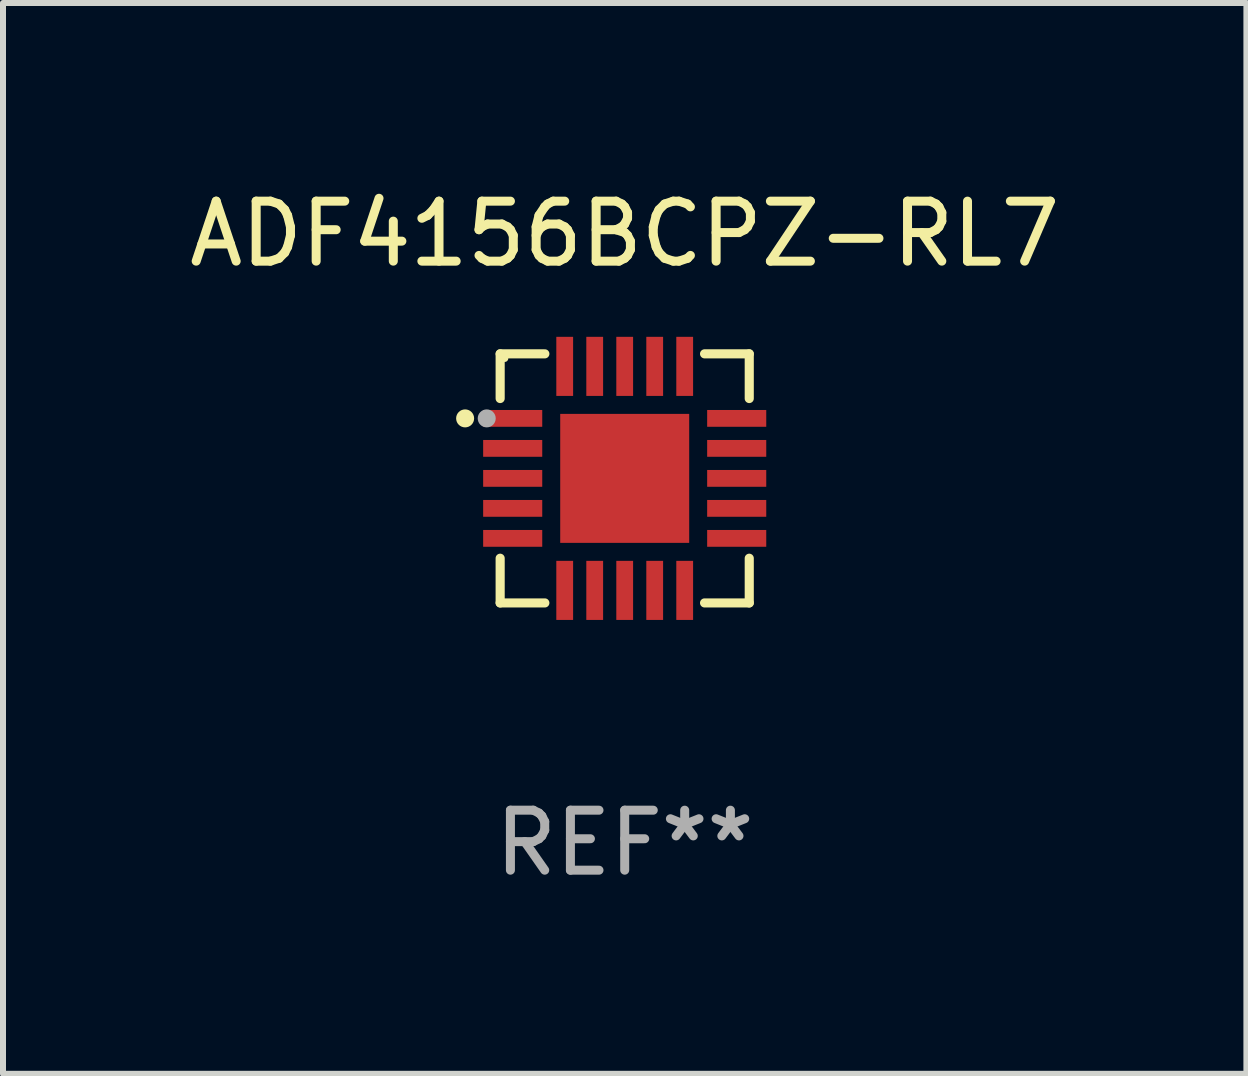
<source format=kicad_pcb>
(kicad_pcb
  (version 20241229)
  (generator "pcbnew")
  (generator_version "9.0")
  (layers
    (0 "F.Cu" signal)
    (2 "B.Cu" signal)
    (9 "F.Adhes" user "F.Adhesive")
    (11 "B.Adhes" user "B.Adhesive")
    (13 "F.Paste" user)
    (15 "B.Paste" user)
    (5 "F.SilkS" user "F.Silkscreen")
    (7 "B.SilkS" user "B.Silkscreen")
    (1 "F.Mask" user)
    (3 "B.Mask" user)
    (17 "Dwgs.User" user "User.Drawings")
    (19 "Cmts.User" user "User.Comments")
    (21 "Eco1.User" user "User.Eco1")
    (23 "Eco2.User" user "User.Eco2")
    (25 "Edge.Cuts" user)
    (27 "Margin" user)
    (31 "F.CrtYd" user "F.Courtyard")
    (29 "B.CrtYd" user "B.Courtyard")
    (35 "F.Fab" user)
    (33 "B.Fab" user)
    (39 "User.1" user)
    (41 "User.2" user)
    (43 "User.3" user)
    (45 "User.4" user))
  (footprint "ADF4156BCPZ-RL7"
    (layer "F.Cu")
    (at 7.363 4.924)
    (property "Reference" "ADF4156BCPZ-RL7" (at 0 -4.076 0) (layer "F.SilkS") (effects (font (size 1 1) (thickness 0.15))))
    (attr through_hole)
    (fp_line (start -2.076 -2.076) (end -2.076 -1.331) (stroke (width 0.152) (type solid)) (layer "F.SilkS"))
    (fp_line (start -2.076 2.076) (end -2.076 1.331) (stroke (width 0.152) (type solid)) (layer "F.SilkS"))
    (fp_line (start -1.331 -2.076) (end -2.076 -2.076) (stroke (width 0.152) (type solid)) (layer "F.SilkS"))
    (fp_line (start -1.331 2.076) (end -2.076 2.076) (stroke (width 0.152) (type solid)) (layer "F.SilkS"))
    (fp_line (start 1.331 -2.076) (end 2.076 -2.076) (stroke (width 0.152) (type solid)) (layer "F.SilkS"))
    (fp_line (start 1.331 2.076) (end 2.076 2.076) (stroke (width 0.152) (type solid)) (layer "F.SilkS"))
    (fp_line (start 2.076 -2.076) (end 2.076 -1.331) (stroke (width 0.152) (type solid)) (layer "F.SilkS"))
    (fp_line (start 2.076 2.076) (end 2.076 1.331) (stroke (width 0.152) (type solid)) (layer "F.SilkS"))
    (fp_circle (center -2.66 -1) (end -2.585 -1) (stroke (width 0.15) (type solid)) (fill no) (layer "F.SilkS"))
    (fp_circle (center -2 -2) (end -1.97 -2) (stroke (width 0.06) (type solid)) (fill no) (layer "F.SilkS"))
    (fp_circle (center -2.3 -1) (end -2.225 -1) (stroke (width 0.15) (type solid)) (fill no) (layer "F.Fab"))
    (fp_text user "REF**" (at 0 6.076 0) (layer "F.Fab") (effects (font (size 1 1) (thickness 0.15))))
    (pad "1" smd rect (at -1.867 -1) (size 0.985 0.28) (layers "F.Cu" "F.Mask" "F.Paste"))
    (pad "2" smd rect (at -1.867 -0.5) (size 0.985 0.28) (layers "F.Cu" "F.Mask" "F.Paste"))
    (pad "3" smd rect (at -1.867 0) (size 0.985 0.28) (layers "F.Cu" "F.Mask" "F.Paste"))
    (pad "4" smd rect (at -1.867 0.5) (size 0.985 0.28) (layers "F.Cu" "F.Mask" "F.Paste"))
    (pad "5" smd rect (at -1.867 1) (size 0.985 0.28) (layers "F.Cu" "F.Mask" "F.Paste"))
    (pad "6" smd rect (at -1 1.867) (size 0.28 0.985) (layers "F.Cu" "F.Mask" "F.Paste"))
    (pad "7" smd rect (at -0.5 1.867) (size 0.28 0.985) (layers "F.Cu" "F.Mask" "F.Paste"))
    (pad "8" smd rect (at 0 1.867) (size 0.28 0.985) (layers "F.Cu" "F.Mask" "F.Paste"))
    (pad "9" smd rect (at 0.5 1.867) (size 0.28 0.985) (layers "F.Cu" "F.Mask" "F.Paste"))
    (pad "10" smd rect (at 1 1.867) (size 0.28 0.985) (layers "F.Cu" "F.Mask" "F.Paste"))
    (pad "11" smd rect (at 1.867 1) (size 0.985 0.28) (layers "F.Cu" "F.Mask" "F.Paste"))
    (pad "12" smd rect (at 1.867 0.5) (size 0.985 0.28) (layers "F.Cu" "F.Mask" "F.Paste"))
    (pad "13" smd rect (at 1.867 0) (size 0.985 0.28) (layers "F.Cu" "F.Mask" "F.Paste"))
    (pad "14" smd rect (at 1.867 -0.5) (size 0.985 0.28) (layers "F.Cu" "F.Mask" "F.Paste"))
    (pad "15" smd rect (at 1.867 -1) (size 0.985 0.28) (layers "F.Cu" "F.Mask" "F.Paste"))
    (pad "16" smd rect (at 1 -1.867) (size 0.28 0.985) (layers "F.Cu" "F.Mask" "F.Paste"))
    (pad "17" smd rect (at 0.5 -1.867) (size 0.28 0.985) (layers "F.Cu" "F.Mask" "F.Paste"))
    (pad "18" smd rect (at 0 -1.867) (size 0.28 0.985) (layers "F.Cu" "F.Mask" "F.Paste"))
    (pad "19" smd rect (at -0.5 -1.867) (size 0.28 0.985) (layers "F.Cu" "F.Mask" "F.Paste"))
    (pad "20" smd rect (at -1 -1.867) (size 0.28 0.985) (layers "F.Cu" "F.Mask" "F.Paste"))
    (pad "21" smd rect (at 0 0) (size 2.15 2.15) (layers "F.Cu" "F.Mask" "F.Paste")))
  (gr_rect
    (start -3 -3)
    (end 17.726 14.849)
    (stroke (width 0.1) (type default))
    (fill no)
    (layer "Edge.Cuts")))
</source>
